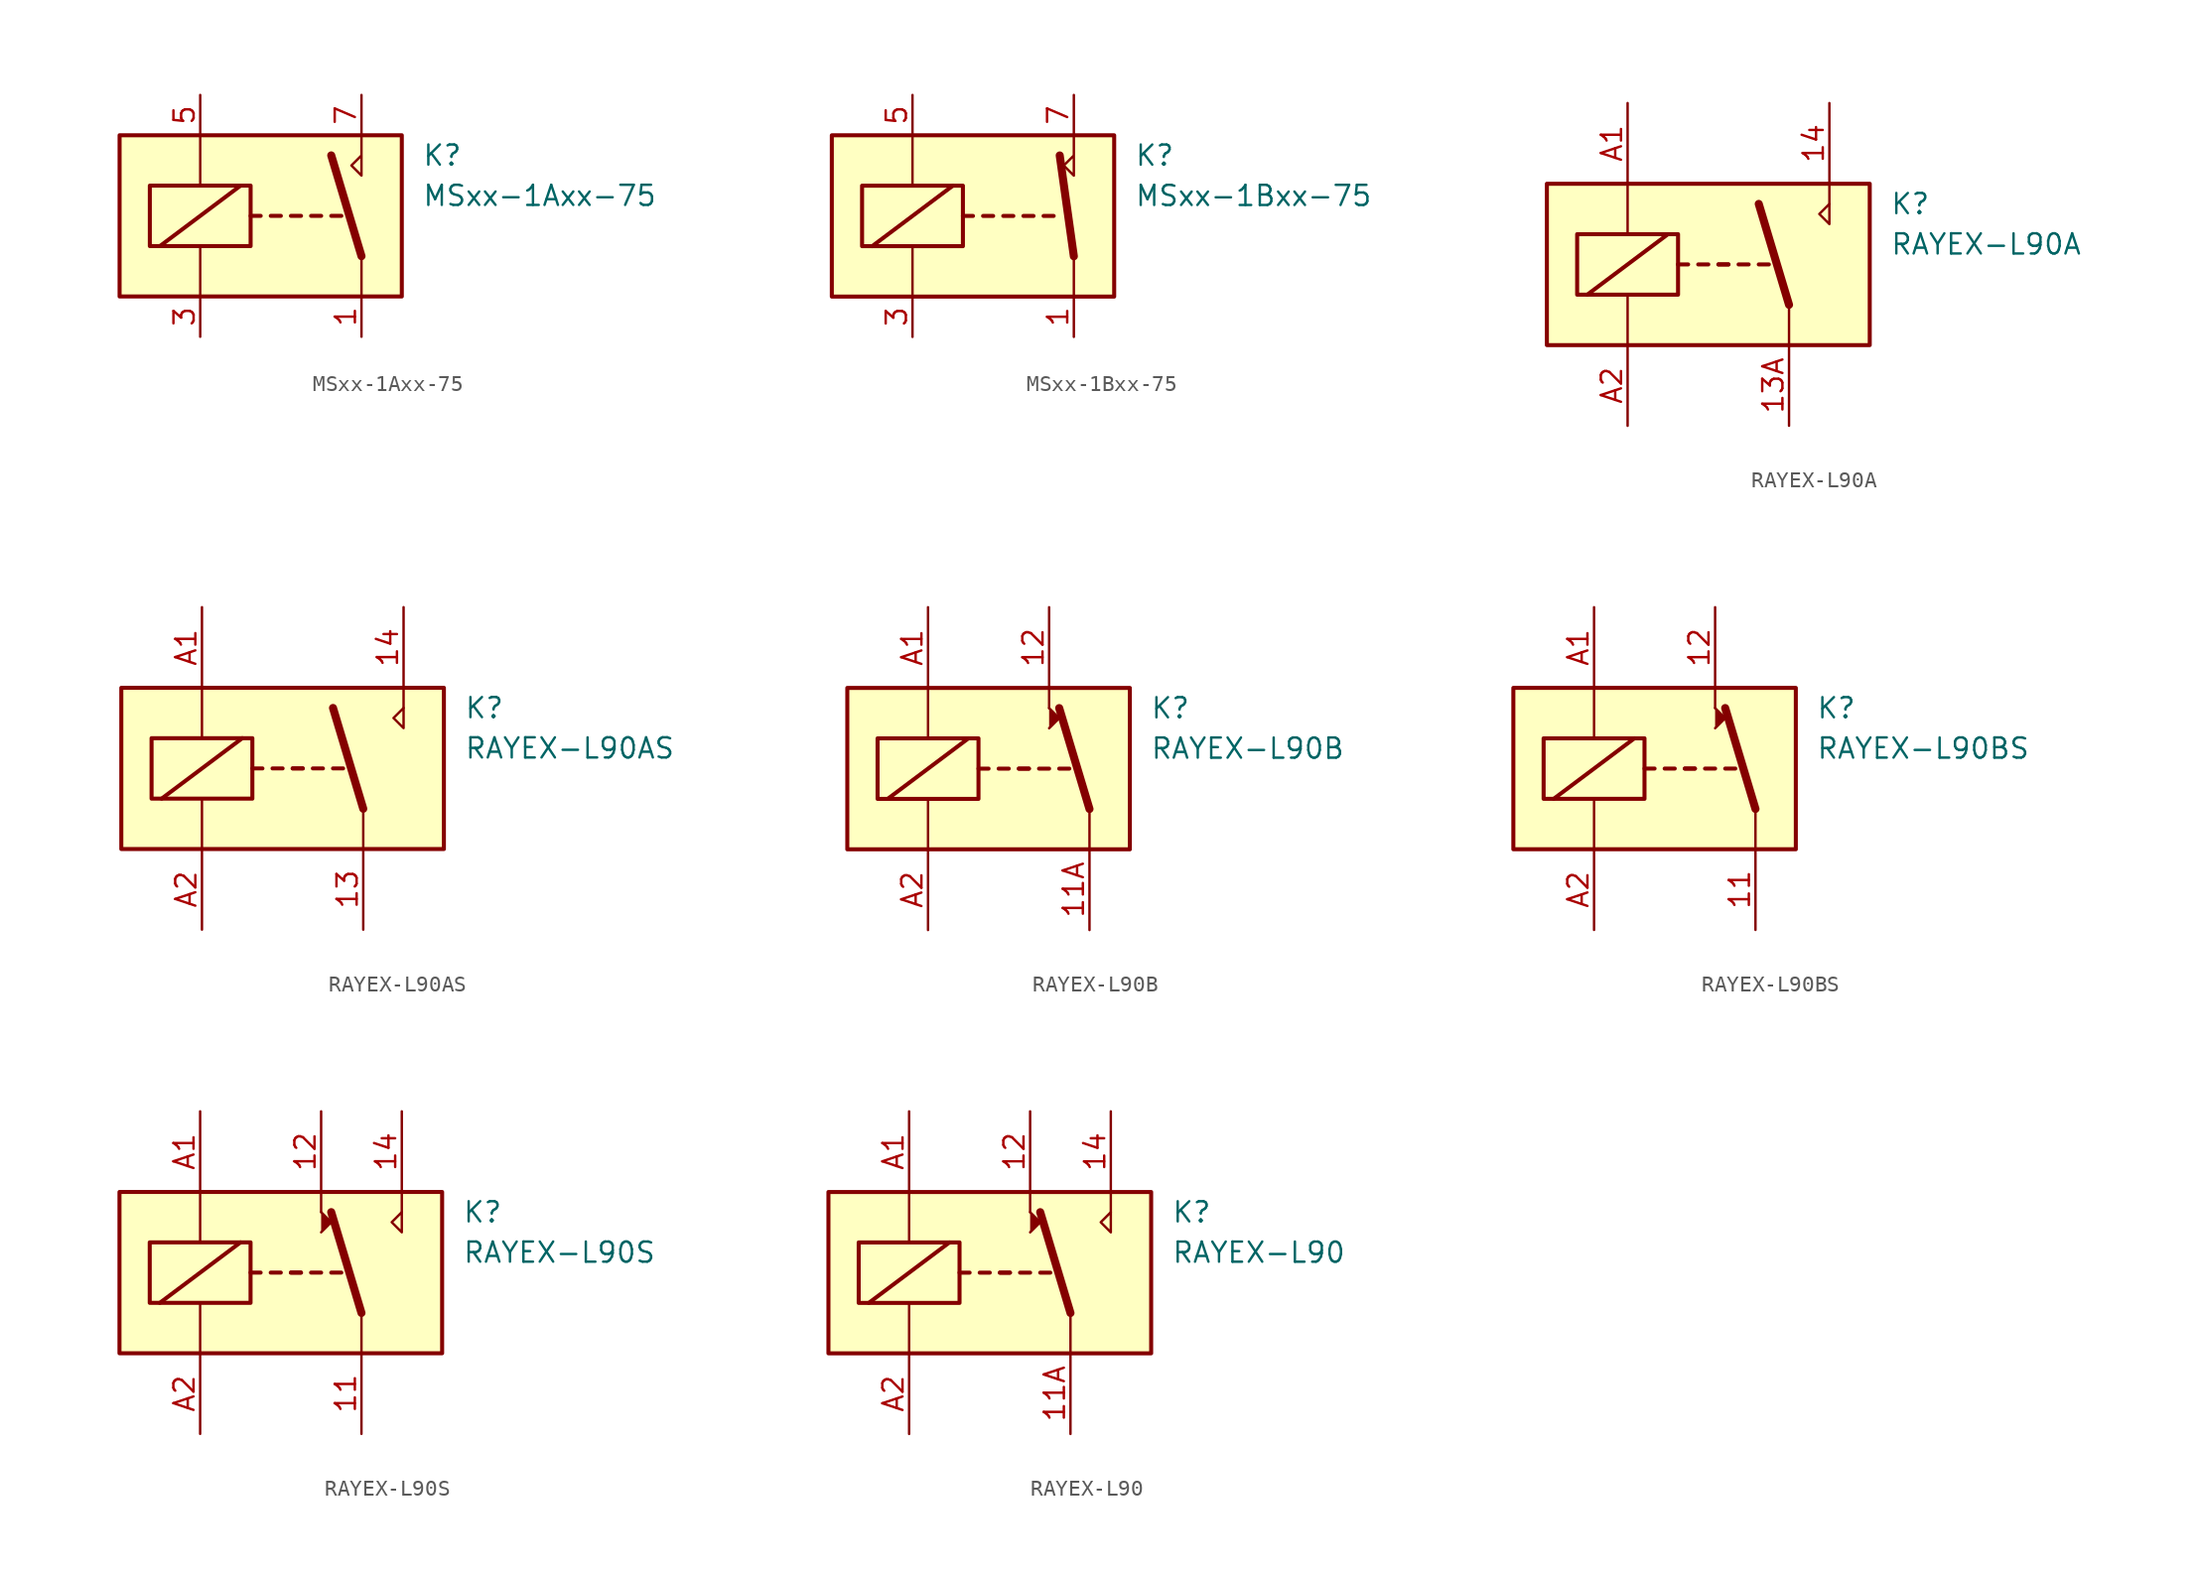
<source format=kicad_sym>
(kicad_symbol_lib
  (version 20201005)
  (generator kicad_symbol_editor)
  (symbol "Relay:MSxx-1Axx-75"
    (property "Reference" "K"
      (at 8.89 3.81 0)
      (effects (font (size 1.27 1.27)) (justify left)))
    (property "Value" "MSxx-1Axx-75"
      (at 8.89 1.27 0)
      (effects (font (size 1.27 1.27)) (justify left)))
    (symbol "MSxx-1Axx-75_0_0"
      (polyline (pts (xy 5.08 5.08) (xy 5.08 2.54) (xy 4.445 3.175) (xy 5.08 3.81)) (stroke (width 0)) (fill (type none))))
    (symbol "MSxx-1Axx-75_0_1"
      (rectangle (start -10.16 5.08) (end 7.62 -5.08) (stroke (width 0.254)) (fill (type background)))
      (rectangle (start -8.255 1.905) (end -1.905 -1.905) (stroke (width 0.254)) (fill (type none)))
      (polyline (pts (xy -7.62 -1.905) (xy -2.54 1.905)) (stroke (width 0.254)) (fill (type none)))
      (polyline (pts (xy -5.08 -5.08) (xy -5.08 -1.905)) (stroke (width 0)) (fill (type none)))
      (polyline (pts (xy -5.08 5.08) (xy -5.08 1.905)) (stroke (width 0)) (fill (type none)))
      (polyline (pts (xy -1.905 0) (xy -1.27 0)) (stroke (width 0.254)) (fill (type none)))
      (polyline (pts (xy -0.635 0) (xy 0 0)) (stroke (width 0.254)) (fill (type none)))
      (polyline (pts (xy 0.635 0) (xy 1.27 0)) (stroke (width 0.254)) (fill (type none)))
      (polyline (pts (xy 1.905 0) (xy 2.54 0)) (stroke (width 0.254)) (fill (type none)))
      (polyline (pts (xy 3.175 0) (xy 3.81 0)) (stroke (width 0.254)) (fill (type none)))
      (polyline (pts (xy 5.08 -2.54) (xy 3.175 3.81)) (stroke (width 0.508)) (fill (type none)))
      (polyline (pts (xy 5.08 -2.54) (xy 5.08 -5.08)) (stroke (width 0)) (fill (type none))))
    (symbol "MSxx-1Axx-75_1_1"
      (pin passive line (at 5.08 -7.62 90) (length 2.54) (name "~" (effects (font (size 1.27 1.27)))) (number "1" (effects (font (size 1.27 1.27)))))
      (pin passive line (at -5.08 -7.62 90) (length 2.54) (name "~" (effects (font (size 1.27 1.27)))) (number "3" (effects (font (size 1.27 1.27)))))
      (pin passive line (at -5.08 7.62 270) (length 2.54) (name "~" (effects (font (size 1.27 1.27)))) (number "5" (effects (font (size 1.27 1.27)))))
      (pin passive line (at 5.08 7.62 270) (length 2.54) (name "~" (effects (font (size 1.27 1.27)))) (number "7" (effects (font (size 1.27 1.27)))))))
  (symbol "Relay:MSxx-1Bxx-75"
    (property "Reference" "K"
      (at 8.89 3.81 0)
      (effects (font (size 1.27 1.27)) (justify left)))
    (property "Value" "MSxx-1Bxx-75"
      (at 8.89 1.27 0)
      (effects (font (size 1.27 1.27)) (justify left)))
    (symbol "MSxx-1Bxx-75_0_0"
      (polyline (pts (xy 5.08 5.08) (xy 5.08 2.54) (xy 4.445 3.175) (xy 5.08 3.81)) (stroke (width 0)) (fill (type none))))
    (symbol "MSxx-1Bxx-75_0_1"
      (rectangle (start -10.16 5.08) (end 7.62 -5.08) (stroke (width 0.254)) (fill (type background)))
      (rectangle (start -8.255 1.905) (end -1.905 -1.905) (stroke (width 0.254)) (fill (type none)))
      (polyline (pts (xy -7.62 -1.905) (xy -2.54 1.905)) (stroke (width 0.254)) (fill (type none)))
      (polyline (pts (xy -5.08 -5.08) (xy -5.08 -1.905)) (stroke (width 0)) (fill (type none)))
      (polyline (pts (xy -5.08 5.08) (xy -5.08 1.905)) (stroke (width 0)) (fill (type none)))
      (polyline (pts (xy -1.905 0) (xy -1.27 0)) (stroke (width 0.254)) (fill (type none)))
      (polyline (pts (xy -0.635 0) (xy 0 0)) (stroke (width 0.254)) (fill (type none)))
      (polyline (pts (xy 0.635 0) (xy 1.27 0)) (stroke (width 0.254)) (fill (type none)))
      (polyline (pts (xy 1.905 0) (xy 2.54 0)) (stroke (width 0.254)) (fill (type none)))
      (polyline (pts (xy 3.175 0) (xy 3.81 0)) (stroke (width 0.254)) (fill (type none)))
      (polyline (pts (xy 5.08 -2.54) (xy 4.191 3.81)) (stroke (width 0.508)) (fill (type none)))
      (polyline (pts (xy 5.08 -2.54) (xy 5.08 -5.08)) (stroke (width 0)) (fill (type none))))
    (symbol "MSxx-1Bxx-75_1_1"
      (pin passive line (at 5.08 -7.62 90) (length 2.54) (name "~" (effects (font (size 1.27 1.27)))) (number "1" (effects (font (size 1.27 1.27)))))
      (pin passive line (at -5.08 -7.62 90) (length 2.54) (name "~" (effects (font (size 1.27 1.27)))) (number "3" (effects (font (size 1.27 1.27)))))
      (pin passive line (at -5.08 7.62 270) (length 2.54) (name "~" (effects (font (size 1.27 1.27)))) (number "5" (effects (font (size 1.27 1.27)))))
      (pin passive line (at 5.08 7.62 270) (length 2.54) (name "~" (effects (font (size 1.27 1.27)))) (number "7" (effects (font (size 1.27 1.27)))))))
  (symbol "Relay:RAYEX-L90A"
    (property "Reference" "K"
      (at 11.43 3.81 0)
      (effects (font (size 1.27 1.27)) (justify left)))
    (property "Value" "RAYEX-L90A"
      (at 11.43 1.27 0)
      (effects (font (size 1.27 1.27)) (justify left)))
    (symbol "RAYEX-L90A_1_0"
      (polyline (pts (xy 7.62 3.81) (xy 7.62 5.08)) (stroke (width 0)) (fill (type none)))
      (polyline (pts (xy 7.62 3.81) (xy 7.62 2.54) (xy 6.985 3.175) (xy 7.62 3.81)) (stroke (width 0)) (fill (type none))))
    (symbol "RAYEX-L90A_1_1"
      (rectangle (start -10.16 5.08) (end 10.16 -5.08) (stroke (width 0.254)) (fill (type background)))
      (rectangle (start -8.255 1.905) (end -1.905 -1.905) (stroke (width 0.254)) (fill (type none)))
      (polyline (pts (xy -7.62 -1.905) (xy -2.54 1.905)) (stroke (width 0.254)) (fill (type none)))
      (polyline (pts (xy -5.08 -5.08) (xy -5.08 -1.905)) (stroke (width 0)) (fill (type none)))
      (polyline (pts (xy -5.08 5.08) (xy -5.08 1.905)) (stroke (width 0)) (fill (type none)))
      (polyline (pts (xy -1.905 0) (xy -1.27 0)) (stroke (width 0.254)) (fill (type none)))
      (polyline (pts (xy -0.635 0) (xy 0 0)) (stroke (width 0.254)) (fill (type none)))
      (polyline (pts (xy 0.635 0) (xy 1.27 0)) (stroke (width 0.254)) (fill (type none)))
      (polyline (pts (xy 0.635 0) (xy 1.27 0)) (stroke (width 0.254)) (fill (type none)))
      (polyline (pts (xy 1.905 0) (xy 2.54 0)) (stroke (width 0.254)) (fill (type none)))
      (polyline (pts (xy 3.175 0) (xy 3.81 0)) (stroke (width 0.254)) (fill (type none)))
      (polyline (pts (xy 5.08 -2.54) (xy 3.175 3.81)) (stroke (width 0.508)) (fill (type none)))
      (polyline (pts (xy 5.08 -2.54) (xy 5.08 -5.08)) (stroke (width 0)) (fill (type none)))
      (pin passive line (at 5.08 -10.16 90) (length 5.08) (name "~" (effects (font (size 1.27 1.27)))) (number "13A" (effects (font (size 1.27 1.27)))))
      (pin passive line (at 5.08 -10.16 90) (length 5.08) hide (name "~" (effects (font (size 1.27 1.27)))) (number "13B" (effects (font (size 1.27 1.27)))))
      (pin passive line (at 7.62 10.16 270) (length 5.08) (name "~" (effects (font (size 1.27 1.27)))) (number "14" (effects (font (size 1.27 1.27)))))
      (pin passive line (at -5.08 10.16 270) (length 5.08) (name "~" (effects (font (size 1.27 1.27)))) (number "A1" (effects (font (size 1.27 1.27)))))
      (pin passive line (at -5.08 -10.16 90) (length 5.08) (name "~" (effects (font (size 1.27 1.27)))) (number "A2" (effects (font (size 1.27 1.27)))))))
  (symbol "Relay:RAYEX-L90AS"
    (property "Reference" "K"
      (at 11.43 3.81 0)
      (effects (font (size 1.27 1.27)) (justify left)))
    (property "Value" "RAYEX-L90AS"
      (at 11.43 1.27 0)
      (effects (font (size 1.27 1.27)) (justify left)))
    (symbol "RAYEX-L90AS_1_0"
      (polyline (pts (xy 7.62 3.81) (xy 7.62 5.08)) (stroke (width 0)) (fill (type none)))
      (polyline (pts (xy 7.62 3.81) (xy 7.62 2.54) (xy 6.985 3.175) (xy 7.62 3.81)) (stroke (width 0)) (fill (type none))))
    (symbol "RAYEX-L90AS_1_1"
      (rectangle (start -10.16 5.08) (end 10.16 -5.08) (stroke (width 0.254)) (fill (type background)))
      (rectangle (start -8.255 1.905) (end -1.905 -1.905) (stroke (width 0.254)) (fill (type none)))
      (polyline (pts (xy -7.62 -1.905) (xy -2.54 1.905)) (stroke (width 0.254)) (fill (type none)))
      (polyline (pts (xy -5.08 -5.08) (xy -5.08 -1.905)) (stroke (width 0)) (fill (type none)))
      (polyline (pts (xy -5.08 5.08) (xy -5.08 1.905)) (stroke (width 0)) (fill (type none)))
      (polyline (pts (xy -1.905 0) (xy -1.27 0)) (stroke (width 0.254)) (fill (type none)))
      (polyline (pts (xy -0.635 0) (xy 0 0)) (stroke (width 0.254)) (fill (type none)))
      (polyline (pts (xy 0.635 0) (xy 1.27 0)) (stroke (width 0.254)) (fill (type none)))
      (polyline (pts (xy 0.635 0) (xy 1.27 0)) (stroke (width 0.254)) (fill (type none)))
      (polyline (pts (xy 1.905 0) (xy 2.54 0)) (stroke (width 0.254)) (fill (type none)))
      (polyline (pts (xy 3.175 0) (xy 3.81 0)) (stroke (width 0.254)) (fill (type none)))
      (polyline (pts (xy 5.08 -2.54) (xy 3.175 3.81)) (stroke (width 0.508)) (fill (type none)))
      (polyline (pts (xy 5.08 -2.54) (xy 5.08 -5.08)) (stroke (width 0)) (fill (type none)))
      (pin passive line (at 5.08 -10.16 90) (length 5.08) (name "~" (effects (font (size 1.27 1.27)))) (number "13" (effects (font (size 1.27 1.27)))))
      (pin passive line (at 7.62 10.16 270) (length 5.08) (name "~" (effects (font (size 1.27 1.27)))) (number "14" (effects (font (size 1.27 1.27)))))
      (pin passive line (at -5.08 10.16 270) (length 5.08) (name "~" (effects (font (size 1.27 1.27)))) (number "A1" (effects (font (size 1.27 1.27)))))
      (pin passive line (at -5.08 -10.16 90) (length 5.08) (name "~" (effects (font (size 1.27 1.27)))) (number "A2" (effects (font (size 1.27 1.27)))))))
  (symbol "Relay:RAYEX-L90B"
    (property "Reference" "K"
      (at 8.89 3.81 0)
      (effects (font (size 1.27 1.27)) (justify left)))
    (property "Value" "RAYEX-L90B"
      (at 8.89 1.27 0)
      (effects (font (size 1.27 1.27)) (justify left)))
    (symbol "RAYEX-L90B_1_0"
      (polyline (pts (xy 2.54 3.81) (xy 2.54 5.08)) (stroke (width 0)) (fill (type none))))
    (symbol "RAYEX-L90B_1_1"
      (rectangle (start -10.16 5.08) (end 7.62 -5.08) (stroke (width 0.254)) (fill (type background)))
      (rectangle (start -8.255 1.905) (end -1.905 -1.905) (stroke (width 0.254)) (fill (type none)))
      (polyline (pts (xy -7.62 -1.905) (xy -2.54 1.905)) (stroke (width 0.254)) (fill (type none)))
      (polyline (pts (xy -5.08 -5.08) (xy -5.08 -1.905)) (stroke (width 0)) (fill (type none)))
      (polyline (pts (xy -5.08 5.08) (xy -5.08 1.905)) (stroke (width 0)) (fill (type none)))
      (polyline (pts (xy -1.905 0) (xy -1.27 0)) (stroke (width 0.254)) (fill (type none)))
      (polyline (pts (xy -0.635 0) (xy 0 0)) (stroke (width 0.254)) (fill (type none)))
      (polyline (pts (xy 0.635 0) (xy 1.27 0)) (stroke (width 0.254)) (fill (type none)))
      (polyline (pts (xy 0.635 0) (xy 1.27 0)) (stroke (width 0.254)) (fill (type none)))
      (polyline (pts (xy 1.905 0) (xy 2.54 0)) (stroke (width 0.254)) (fill (type none)))
      (polyline (pts (xy 3.175 0) (xy 3.81 0)) (stroke (width 0.254)) (fill (type none)))
      (polyline (pts (xy 5.08 -2.54) (xy 3.175 3.81)) (stroke (width 0.508)) (fill (type none)))
      (polyline (pts (xy 5.08 -2.54) (xy 5.08 -5.08)) (stroke (width 0)) (fill (type none)))
      (polyline (pts (xy 2.54 2.54) (xy 3.175 3.175) (xy 2.54 3.81)) (stroke (width 0)) (fill (type outline)))
      (pin passive line (at 5.08 -10.16 90) (length 5.08) (name "~" (effects (font (size 1.27 1.27)))) (number "11A" (effects (font (size 1.27 1.27)))))
      (pin passive line (at 5.08 -10.16 90) (length 5.08) hide (name "~" (effects (font (size 1.27 1.27)))) (number "11B" (effects (font (size 1.27 1.27)))))
      (pin passive line (at 2.54 10.16 270) (length 5.08) (name "~" (effects (font (size 1.27 1.27)))) (number "12" (effects (font (size 1.27 1.27)))))
      (pin passive line (at -5.08 10.16 270) (length 5.08) (name "~" (effects (font (size 1.27 1.27)))) (number "A1" (effects (font (size 1.27 1.27)))))
      (pin passive line (at -5.08 -10.16 90) (length 5.08) (name "~" (effects (font (size 1.27 1.27)))) (number "A2" (effects (font (size 1.27 1.27)))))))
  (symbol "Relay:RAYEX-L90BS"
    (property "Reference" "K"
      (at 8.89 3.81 0)
      (effects (font (size 1.27 1.27)) (justify left)))
    (property "Value" "RAYEX-L90BS"
      (at 8.89 1.27 0)
      (effects (font (size 1.27 1.27)) (justify left)))
    (symbol "RAYEX-L90BS_1_0"
      (polyline (pts (xy 2.54 3.81) (xy 2.54 5.08)) (stroke (width 0)) (fill (type none))))
    (symbol "RAYEX-L90BS_1_1"
      (rectangle (start -10.16 5.08) (end 7.62 -5.08) (stroke (width 0.254)) (fill (type background)))
      (rectangle (start -8.255 1.905) (end -1.905 -1.905) (stroke (width 0.254)) (fill (type none)))
      (polyline (pts (xy -7.62 -1.905) (xy -2.54 1.905)) (stroke (width 0.254)) (fill (type none)))
      (polyline (pts (xy -5.08 -5.08) (xy -5.08 -1.905)) (stroke (width 0)) (fill (type none)))
      (polyline (pts (xy -5.08 5.08) (xy -5.08 1.905)) (stroke (width 0)) (fill (type none)))
      (polyline (pts (xy -1.905 0) (xy -1.27 0)) (stroke (width 0.254)) (fill (type none)))
      (polyline (pts (xy -0.635 0) (xy 0 0)) (stroke (width 0.254)) (fill (type none)))
      (polyline (pts (xy 0.635 0) (xy 1.27 0)) (stroke (width 0.254)) (fill (type none)))
      (polyline (pts (xy 0.635 0) (xy 1.27 0)) (stroke (width 0.254)) (fill (type none)))
      (polyline (pts (xy 1.905 0) (xy 2.54 0)) (stroke (width 0.254)) (fill (type none)))
      (polyline (pts (xy 3.175 0) (xy 3.81 0)) (stroke (width 0.254)) (fill (type none)))
      (polyline (pts (xy 5.08 -2.54) (xy 3.175 3.81)) (stroke (width 0.508)) (fill (type none)))
      (polyline (pts (xy 5.08 -2.54) (xy 5.08 -5.08)) (stroke (width 0)) (fill (type none)))
      (polyline (pts (xy 2.54 2.54) (xy 3.175 3.175) (xy 2.54 3.81)) (stroke (width 0)) (fill (type outline)))
      (pin passive line (at 5.08 -10.16 90) (length 5.08) (name "~" (effects (font (size 1.27 1.27)))) (number "11" (effects (font (size 1.27 1.27)))))
      (pin passive line (at 2.54 10.16 270) (length 5.08) (name "~" (effects (font (size 1.27 1.27)))) (number "12" (effects (font (size 1.27 1.27)))))
      (pin passive line (at -5.08 10.16 270) (length 5.08) (name "~" (effects (font (size 1.27 1.27)))) (number "A1" (effects (font (size 1.27 1.27)))))
      (pin passive line (at -5.08 -10.16 90) (length 5.08) (name "~" (effects (font (size 1.27 1.27)))) (number "A2" (effects (font (size 1.27 1.27)))))))
  (symbol "Relay:RAYEX-L90S"
    (property "Reference" "K"
      (at 11.43 3.81 0)
      (effects (font (size 1.27 1.27)) (justify left)))
    (property "Value" "RAYEX-L90S"
      (at 11.43 1.27 0)
      (effects (font (size 1.27 1.27)) (justify left)))
    (symbol "RAYEX-L90S_1_0"
      (polyline (pts (xy 2.54 3.81) (xy 2.54 5.08)) (stroke (width 0)) (fill (type none)))
      (polyline (pts (xy 7.62 3.81) (xy 7.62 5.08)) (stroke (width 0)) (fill (type none)))
      (polyline (pts (xy 7.62 3.81) (xy 7.62 2.54) (xy 6.985 3.175) (xy 7.62 3.81)) (stroke (width 0)) (fill (type none))))
    (symbol "RAYEX-L90S_1_1"
      (rectangle (start -10.16 5.08) (end 10.16 -5.08) (stroke (width 0.254)) (fill (type background)))
      (rectangle (start -8.255 1.905) (end -1.905 -1.905) (stroke (width 0.254)) (fill (type none)))
      (polyline (pts (xy -7.62 -1.905) (xy -2.54 1.905)) (stroke (width 0.254)) (fill (type none)))
      (polyline (pts (xy -5.08 -5.08) (xy -5.08 -1.905)) (stroke (width 0)) (fill (type none)))
      (polyline (pts (xy -5.08 5.08) (xy -5.08 1.905)) (stroke (width 0)) (fill (type none)))
      (polyline (pts (xy -1.905 0) (xy -1.27 0)) (stroke (width 0.254)) (fill (type none)))
      (polyline (pts (xy -0.635 0) (xy 0 0)) (stroke (width 0.254)) (fill (type none)))
      (polyline (pts (xy 0.635 0) (xy 1.27 0)) (stroke (width 0.254)) (fill (type none)))
      (polyline (pts (xy 0.635 0) (xy 1.27 0)) (stroke (width 0.254)) (fill (type none)))
      (polyline (pts (xy 1.905 0) (xy 2.54 0)) (stroke (width 0.254)) (fill (type none)))
      (polyline (pts (xy 3.175 0) (xy 3.81 0)) (stroke (width 0.254)) (fill (type none)))
      (polyline (pts (xy 5.08 -2.54) (xy 3.175 3.81)) (stroke (width 0.508)) (fill (type none)))
      (polyline (pts (xy 5.08 -2.54) (xy 5.08 -5.08)) (stroke (width 0)) (fill (type none)))
      (polyline (pts (xy 2.54 2.54) (xy 3.175 3.175) (xy 2.54 3.81)) (stroke (width 0)) (fill (type outline)))
      (pin passive line (at 5.08 -10.16 90) (length 5.08) (name "~" (effects (font (size 1.27 1.27)))) (number "11" (effects (font (size 1.27 1.27)))))
      (pin passive line (at 2.54 10.16 270) (length 5.08) (name "~" (effects (font (size 1.27 1.27)))) (number "12" (effects (font (size 1.27 1.27)))))
      (pin passive line (at 7.62 10.16 270) (length 5.08) (name "~" (effects (font (size 1.27 1.27)))) (number "14" (effects (font (size 1.27 1.27)))))
      (pin passive line (at -5.08 10.16 270) (length 5.08) (name "~" (effects (font (size 1.27 1.27)))) (number "A1" (effects (font (size 1.27 1.27)))))
      (pin passive line (at -5.08 -10.16 90) (length 5.08) (name "~" (effects (font (size 1.27 1.27)))) (number "A2" (effects (font (size 1.27 1.27)))))))
  (symbol "Relay:RAYEX-L90"
    (property "Reference" "K"
      (at 11.43 3.81 0)
      (effects (font (size 1.27 1.27)) (justify left)))
    (property "Value" "RAYEX-L90"
      (at 11.43 1.27 0)
      (effects (font (size 1.27 1.27)) (justify left)))
    (symbol "RAYEX-L90_1_0"
      (polyline (pts (xy 2.54 3.81) (xy 2.54 5.08)) (stroke (width 0)) (fill (type none)))
      (polyline (pts (xy 7.62 3.81) (xy 7.62 5.08)) (stroke (width 0)) (fill (type none)))
      (polyline (pts (xy 7.62 3.81) (xy 7.62 2.54) (xy 6.985 3.175) (xy 7.62 3.81)) (stroke (width 0)) (fill (type none))))
    (symbol "RAYEX-L90_1_1"
      (rectangle (start -10.16 5.08) (end 10.16 -5.08) (stroke (width 0.254)) (fill (type background)))
      (rectangle (start -8.255 1.905) (end -1.905 -1.905) (stroke (width 0.254)) (fill (type none)))
      (polyline (pts (xy -7.62 -1.905) (xy -2.54 1.905)) (stroke (width 0.254)) (fill (type none)))
      (polyline (pts (xy -5.08 -5.08) (xy -5.08 -1.905)) (stroke (width 0)) (fill (type none)))
      (polyline (pts (xy -5.08 5.08) (xy -5.08 1.905)) (stroke (width 0)) (fill (type none)))
      (polyline (pts (xy -1.905 0) (xy -1.27 0)) (stroke (width 0.254)) (fill (type none)))
      (polyline (pts (xy -0.635 0) (xy 0 0)) (stroke (width 0.254)) (fill (type none)))
      (polyline (pts (xy 0.635 0) (xy 1.27 0)) (stroke (width 0.254)) (fill (type none)))
      (polyline (pts (xy 0.635 0) (xy 1.27 0)) (stroke (width 0.254)) (fill (type none)))
      (polyline (pts (xy 1.905 0) (xy 2.54 0)) (stroke (width 0.254)) (fill (type none)))
      (polyline (pts (xy 3.175 0) (xy 3.81 0)) (stroke (width 0.254)) (fill (type none)))
      (polyline (pts (xy 5.08 -2.54) (xy 3.175 3.81)) (stroke (width 0.508)) (fill (type none)))
      (polyline (pts (xy 5.08 -2.54) (xy 5.08 -5.08)) (stroke (width 0)) (fill (type none)))
      (polyline (pts (xy 2.54 2.54) (xy 3.175 3.175) (xy 2.54 3.81)) (stroke (width 0)) (fill (type outline)))
      (pin passive line (at 5.08 -10.16 90) (length 5.08) (name "~" (effects (font (size 1.27 1.27)))) (number "11A" (effects (font (size 1.27 1.27)))))
      (pin passive line (at 5.08 -10.16 90) (length 5.08) hide (name "~" (effects (font (size 1.27 1.27)))) (number "11B" (effects (font (size 1.27 1.27)))))
      (pin passive line (at 2.54 10.16 270) (length 5.08) (name "~" (effects (font (size 1.27 1.27)))) (number "12" (effects (font (size 1.27 1.27)))))
      (pin passive line (at 7.62 10.16 270) (length 5.08) (name "~" (effects (font (size 1.27 1.27)))) (number "14" (effects (font (size 1.27 1.27)))))
      (pin passive line (at -5.08 10.16 270) (length 5.08) (name "~" (effects (font (size 1.27 1.27)))) (number "A1" (effects (font (size 1.27 1.27)))))
      (pin passive line (at -5.08 -10.16 90) (length 5.08) (name "~" (effects (font (size 1.27 1.27)))) (number "A2" (effects (font (size 1.27 1.27))))))))
</source>
